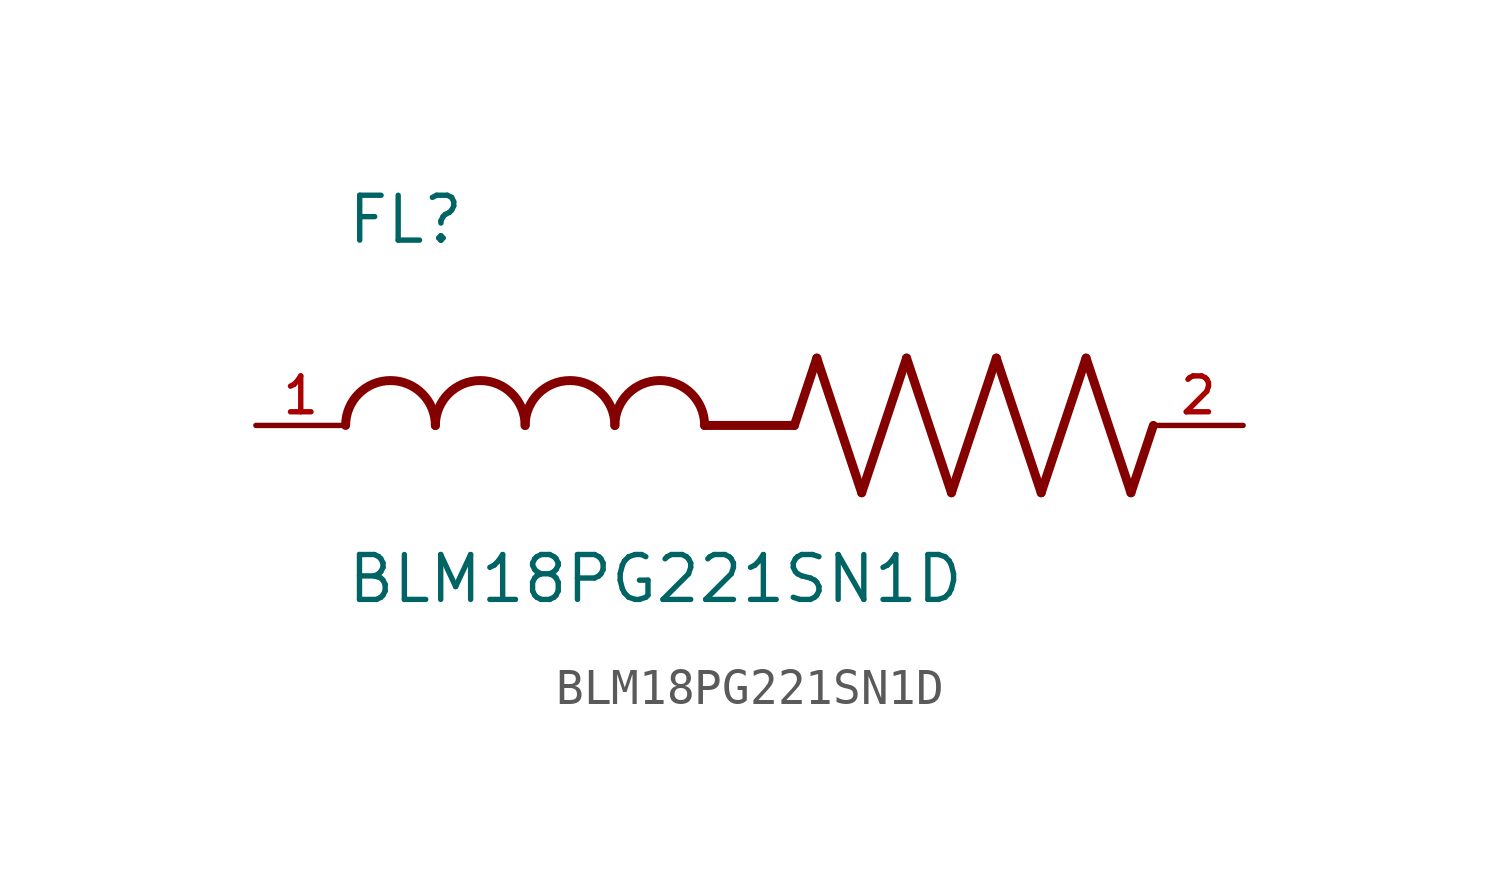
<source format=kicad_sym>
(kicad_symbol_lib
  (version 20211014)
  (generator kicad_symbol_editor)
  (symbol "BLM18PG221SN1D"
    (pin_names
      (offset 1.016))
    (property "Reference" "FL"
      (at -12.704 5.081 0)
      (effects (font (size 1.27 1.27)) (justify bottom left)))
    (property "Value" "BLM18PG221SN1D"
      (at -12.71 -5.087 0)
      (effects (font (size 1.27 1.27)) (justify bottom left)))
    (symbol "BLM18PG221SN1D_0_0"
      (polyline (pts (xy 0.0 0.0) (xy 0.635 1.905)) (stroke (width 0.254)))
      (polyline (pts (xy 0.635 1.905) (xy 1.905 -1.905)) (stroke (width 0.254)))
      (polyline (pts (xy 1.905 -1.905) (xy 3.175 1.905)) (stroke (width 0.254)))
      (polyline (pts (xy 3.175 1.905) (xy 4.445 -1.905)) (stroke (width 0.254)))
      (polyline (pts (xy 4.445 -1.905) (xy 5.715 1.905)) (stroke (width 0.254)))
      (polyline (pts (xy 5.715 1.905) (xy 6.985 -1.905)) (stroke (width 0.254)))
      (polyline (pts (xy 6.985 -1.905) (xy 8.255 1.905)) (stroke (width 0.254)))
      (polyline (pts (xy 8.255 1.905) (xy 9.525 -1.905)) (stroke (width 0.254)))
      (polyline (pts (xy 9.525 -1.905) (xy 10.16 0.0)) (stroke (width 0.254)))
      (arc (start -10.16 0.0) (mid -11.43 1.27) (end -12.7 0.0) (stroke (width 0.254) (type default) (color 0 0 0 0)) (fill (type none)))
      (arc (start -7.62 0.0) (mid -8.89 1.27) (end -10.16 0.0) (stroke (width 0.254) (type default) (color 0 0 0 0)) (fill (type none)))
      (arc (start -5.08 0.0) (mid -6.35 1.27) (end -7.62 0.0) (stroke (width 0.254) (type default) (color 0 0 0 0)) (fill (type none)))
      (arc (start -2.54 0.0) (mid -3.81 1.27) (end -5.08 0.0) (stroke (width 0.254) (type default) (color 0 0 0 0)) (fill (type none)))
      (polyline (pts (xy 0.0 0.0) (xy -2.54 0.0)) (stroke (width 0.254)))
      (pin passive line (at 12.7 0.0 180.0) (length 2.54) (name "~" (effects (font (size 1.016 1.016)))) (number "2" (effects (font (size 1.016 1.016)))))
      (pin passive line (at -15.24 0.0 0) (length 2.54) (name "~" (effects (font (size 1.016 1.016)))) (number "1" (effects (font (size 1.016 1.016))))))))
</source>
